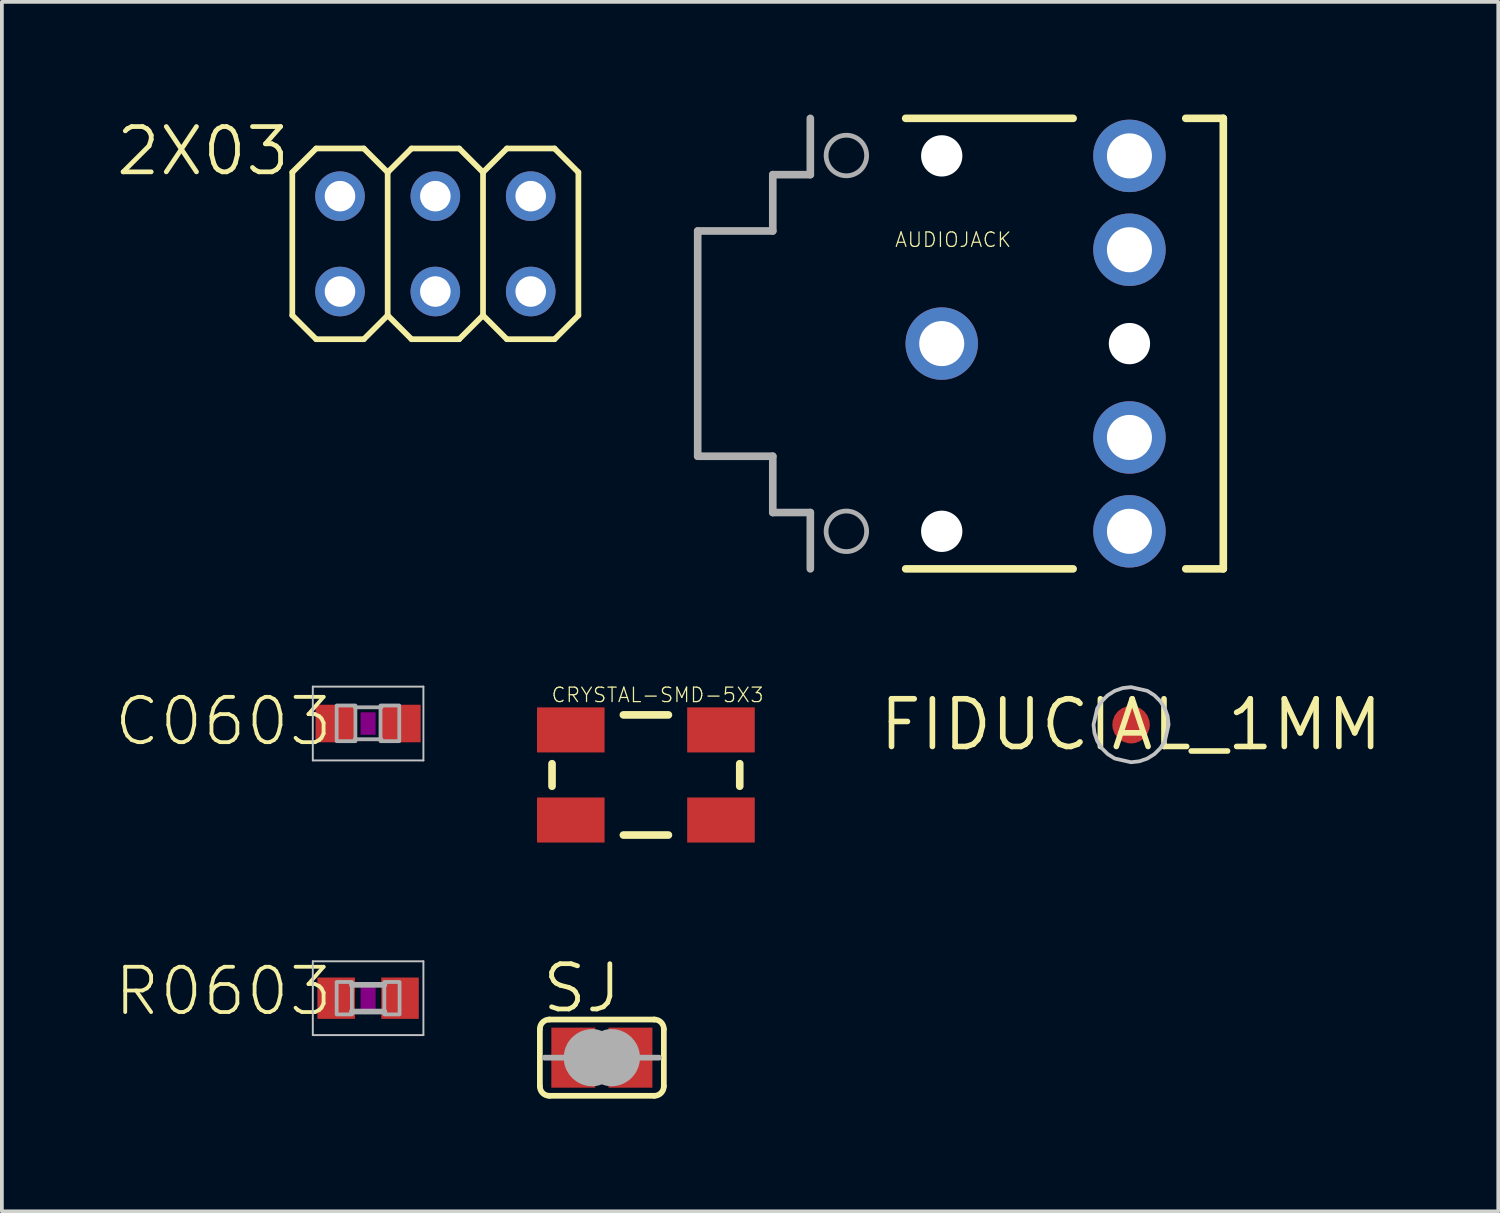
<source format=kicad_pcb>
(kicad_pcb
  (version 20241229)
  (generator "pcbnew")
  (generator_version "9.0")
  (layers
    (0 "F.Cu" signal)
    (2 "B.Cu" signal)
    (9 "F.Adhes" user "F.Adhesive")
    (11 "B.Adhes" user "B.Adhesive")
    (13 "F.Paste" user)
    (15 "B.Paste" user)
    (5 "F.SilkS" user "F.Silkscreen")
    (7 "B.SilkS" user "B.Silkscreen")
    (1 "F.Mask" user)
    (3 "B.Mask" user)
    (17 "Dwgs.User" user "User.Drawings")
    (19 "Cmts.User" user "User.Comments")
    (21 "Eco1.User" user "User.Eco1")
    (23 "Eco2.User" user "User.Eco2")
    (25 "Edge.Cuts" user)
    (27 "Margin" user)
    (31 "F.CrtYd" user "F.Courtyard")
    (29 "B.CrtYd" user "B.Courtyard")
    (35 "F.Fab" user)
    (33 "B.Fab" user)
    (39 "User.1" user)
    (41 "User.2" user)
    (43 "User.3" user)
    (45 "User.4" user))
  (footprint "C0603"
    (layer "F.Cu")
    (at 6.755 16.222)
    (property "Reference" "C0603" (at -0.889 -0.762 0) (layer "F.SilkS") (effects (font (size 1.206 1.206) (thickness 0.102)) (justify right top)))
    (attr through_hole)
    (fp_poly (pts (xy -0.2 0.3) (xy 0.2 0.3) (xy 0.2 -0.3) (xy -0.2 -0.3)) (stroke (width 0) (type solid)) (fill yes) (layer "F.Adhes"))
    (fp_line (start -1.473 -0.983) (end 1.473 -0.983) (stroke (width 0.051) (type solid)) (layer "Dwgs.User"))
    (fp_line (start -1.473 0.983) (end -1.473 -0.983) (stroke (width 0.051) (type solid)) (layer "Dwgs.User"))
    (fp_line (start 1.473 -0.983) (end 1.473 0.983) (stroke (width 0.051) (type solid)) (layer "Dwgs.User"))
    (fp_line (start 1.473 0.983) (end -1.473 0.983) (stroke (width 0.051) (type solid)) (layer "Dwgs.User"))
    (fp_line (start -0.356 -0.432) (end 0.356 -0.432) (stroke (width 0.102) (type solid)) (layer "F.Fab"))
    (fp_line (start -0.356 0.419) (end 0.356 0.419) (stroke (width 0.102) (type solid)) (layer "F.Fab"))
    (fp_poly (pts (xy -0.838 0.47) (xy -0.338 0.47) (xy -0.338 -0.48) (xy -0.838 -0.48)) (stroke (width 0.1) (type solid)) (fill no) (layer "F.Fab"))
    (fp_poly (pts (xy 0.33 0.47) (xy 0.83 0.47) (xy 0.83 -0.48) (xy 0.33 -0.48)) (stroke (width 0.1) (type solid)) (fill no) (layer "F.Fab"))
    (pad "1" smd rect (at -0.85 0) (size 1.1 1) (layers "F.Cu" "F.Mask" "F.Paste"))
    (pad "2" smd rect (at 0.85 0) (size 1.1 1) (layers "F.Cu" "F.Mask" "F.Paste")))
  (footprint "SJ"
    (layer "F.Cu")
    (at 12.981 25.122)
    (property "Reference" "SJ" (at -1.651 -1.143 0) (layer "F.SilkS") (effects (font (size 1.206 1.206) (thickness 0.127)) (justify left bottom)))
    (attr through_hole)
    (fp_poly (pts (xy -0.076 0.914) (xy 0.076 0.914) (xy 0.076 -0.914) (xy -0.076 -0.914)) (stroke (width 0) (type solid)) (fill yes) (layer "F.Mask"))
    (fp_line (start -1.651 0.762) (end -1.651 -0.762) (stroke (width 0.152) (type solid)) (layer "F.SilkS"))
    (fp_line (start -1.397 -1.016) (end 1.397 -1.016) (stroke (width 0.152) (type solid)) (layer "F.SilkS"))
    (fp_line (start 1.397 1.016) (end -1.397 1.016) (stroke (width 0.152) (type solid)) (layer "F.SilkS"))
    (fp_line (start 1.651 0.762) (end 1.651 -0.762) (stroke (width 0.152) (type solid)) (layer "F.SilkS"))
    (fp_arc (start -1.651 -0.762) (mid -1.576605 -0.941605) (end -1.397 -1.016) (stroke (width 0.1524) (type solid)) (layer "F.SilkS"))
    (fp_arc (start -1.397 1.016) (mid -1.576605 0.941605) (end -1.651 0.762) (stroke (width 0.1524) (type solid)) (layer "F.SilkS"))
    (fp_arc (start 1.397 -1.016) (mid 1.576605 -0.941605) (end 1.651 -0.762) (stroke (width 0.1524) (type solid)) (layer "F.SilkS"))
    (fp_arc (start 1.651 0.762) (mid 1.576605 0.941605) (end 1.397 1.016) (stroke (width 0.1524) (type solid)) (layer "F.SilkS"))
    (fp_line (start -1.016 0) (end -1.524 0) (stroke (width 0.152) (type solid)) (layer "F.Fab"))
    (fp_line (start 1.016 0) (end 1.524 0) (stroke (width 0.152) (type solid)) (layer "F.Fab"))
    (fp_arc (start -0.254 0.127) (mid -0.381 0) (end -0.254 -0.127) (stroke (width 1.27) (type solid)) (layer "F.Fab"))
    (fp_arc (start 0.254 -0.127) (mid 0.381 0) (end 0.254 0.127) (stroke (width 1.27) (type solid)) (layer "F.Fab"))
    (pad "1" smd rect (at -0.762 0) (size 1.168 1.6) (layers "F.Cu" "F.Mask" "F.Paste"))
    (pad "2" smd rect (at 0.762 0) (size 1.168 1.6) (layers "F.Cu" "F.Mask" "F.Paste")))
  (footprint "AUDIOJACK"
    (layer "F.Cu")
    (at 22.034 6.102)
    (property "Reference" "AUDIOJACK" (at -1.27 -2.54 0) (layer "F.SilkS") (effects (font (size 0.386 0.386) (thickness 0.033)) (justify left bottom)))
    (attr through_hole)
    (fp_line (start -0.96 -6) (end 3.5 -6) (stroke (width 0.203) (type solid)) (layer "F.SilkS"))
    (fp_line (start -0.96 6) (end 3.5 6) (stroke (width 0.203) (type solid)) (layer "F.SilkS"))
    (fp_line (start 7.5 -6) (end 6.5 -6) (stroke (width 0.203) (type solid)) (layer "F.SilkS"))
    (fp_line (start 7.5 -6) (end 7.5 6) (stroke (width 0.203) (type solid)) (layer "F.SilkS"))
    (fp_line (start 7.5 6) (end 6.5 6) (stroke (width 0.203) (type solid)) (layer "F.SilkS"))
    (fp_line (start -6.5 -3) (end -6.5 3) (stroke (width 0.203) (type solid)) (layer "F.Fab"))
    (fp_line (start -6.5 -3) (end -4.5 -3) (stroke (width 0.203) (type solid)) (layer "F.Fab"))
    (fp_line (start -6.5 3) (end -4.5 3) (stroke (width 0.203) (type solid)) (layer "F.Fab"))
    (fp_line (start -4.5 -4.5) (end -4.5 -3) (stroke (width 0.203) (type solid)) (layer "F.Fab"))
    (fp_line (start -4.5 -4.5) (end -3.5 -4.5) (stroke (width 0.203) (type solid)) (layer "F.Fab"))
    (fp_line (start -4.5 3) (end -4.5 4.5) (stroke (width 0.203) (type solid)) (layer "F.Fab"))
    (fp_line (start -4.5 4.5) (end -3.5 4.5) (stroke (width 0.203) (type solid)) (layer "F.Fab"))
    (fp_line (start -3.5 -6) (end -3.5 -4.5) (stroke (width 0.203) (type solid)) (layer "F.Fab"))
    (fp_line (start -3.5 4.5) (end -3.5 6) (stroke (width 0.203) (type solid)) (layer "F.Fab"))
    (fp_circle (center -2.54 -5.01) (end -2 -5.01) (stroke (width 0.127) (type solid)) (fill no) (layer "F.Fab"))
    (fp_circle (center -2.54 5) (end -2 5) (stroke (width 0.127) (type solid)) (fill no) (layer "F.Fab"))
    (pad "" np_thru_hole circle (at 0 -5) (size 1.1 1.1) (drill 1.1) (layers "*.Cu" "*.Mask"))
    (pad "" np_thru_hole circle (at 0 5) (size 1.1 1.1) (drill 1.1) (layers "*.Cu" "*.Mask"))
    (pad "" np_thru_hole circle (at 5 0) (size 1.1 1.1) (drill 1.1) (layers "*.Cu" "*.Mask"))
    (pad "1" thru_hole circle (at 0 0) (size 1.93 1.93) (drill 1.2) (layers "*.Cu" "*.Mask"))
    (pad "2" thru_hole circle (at 5 -5) (size 1.93 1.93) (drill 1.2) (layers "*.Cu" "*.Mask"))
    (pad "3" thru_hole circle (at 5 5) (size 1.93 1.93) (drill 1.2) (layers "*.Cu" "*.Mask"))
    (pad "4" thru_hole circle (at 5 -2.5) (size 1.93 1.93) (drill 1.2) (layers "*.Cu" "*.Mask"))
    (pad "5" thru_hole circle (at 5 2.5) (size 1.93 1.93) (drill 1.2) (layers "*.Cu" "*.Mask")))
  (footprint "2X03"
    (layer "F.Cu")
    (at 8.546 3.445)
    (property "Reference" "2X03" (at -3.81 -3.175 0) (layer "F.SilkS") (effects (font (size 1.206 1.206) (thickness 0.127)) (justify right top)))
    (attr through_hole)
    (fp_line (start -3.81 -1.905) (end -3.175 -2.54) (stroke (width 0.152) (type solid)) (layer "F.SilkS"))
    (fp_line (start -3.81 1.905) (end -3.81 -1.905) (stroke (width 0.152) (type solid)) (layer "F.SilkS"))
    (fp_line (start -3.81 1.905) (end -3.175 2.54) (stroke (width 0.152) (type solid)) (layer "F.SilkS"))
    (fp_line (start -3.175 -2.54) (end -1.905 -2.54) (stroke (width 0.152) (type solid)) (layer "F.SilkS"))
    (fp_line (start -3.175 2.54) (end -1.905 2.54) (stroke (width 0.152) (type solid)) (layer "F.SilkS"))
    (fp_line (start -1.905 -2.54) (end -1.27 -1.905) (stroke (width 0.152) (type solid)) (layer "F.SilkS"))
    (fp_line (start -1.905 2.54) (end -1.27 1.905) (stroke (width 0.152) (type solid)) (layer "F.SilkS"))
    (fp_line (start -1.27 -1.905) (end -1.27 1.905) (stroke (width 0.152) (type solid)) (layer "F.SilkS"))
    (fp_line (start -1.27 -1.905) (end -0.635 -2.54) (stroke (width 0.152) (type solid)) (layer "F.SilkS"))
    (fp_line (start -1.27 1.905) (end -0.635 2.54) (stroke (width 0.152) (type solid)) (layer "F.SilkS"))
    (fp_line (start -0.635 -2.54) (end 0.635 -2.54) (stroke (width 0.152) (type solid)) (layer "F.SilkS"))
    (fp_line (start -0.635 2.54) (end 0.635 2.54) (stroke (width 0.152) (type solid)) (layer "F.SilkS"))
    (fp_line (start 0.635 -2.54) (end 1.27 -1.905) (stroke (width 0.152) (type solid)) (layer "F.SilkS"))
    (fp_line (start 0.635 2.54) (end 1.27 1.905) (stroke (width 0.152) (type solid)) (layer "F.SilkS"))
    (fp_line (start 1.27 -1.905) (end 1.27 1.905) (stroke (width 0.152) (type solid)) (layer "F.SilkS"))
    (fp_line (start 1.27 -1.905) (end 1.905 -2.54) (stroke (width 0.152) (type solid)) (layer "F.SilkS"))
    (fp_line (start 1.27 1.905) (end 1.905 2.54) (stroke (width 0.152) (type solid)) (layer "F.SilkS"))
    (fp_line (start 1.905 -2.54) (end 3.175 -2.54) (stroke (width 0.152) (type solid)) (layer "F.SilkS"))
    (fp_line (start 1.905 2.54) (end 3.175 2.54) (stroke (width 0.152) (type solid)) (layer "F.SilkS"))
    (fp_line (start 3.175 -2.54) (end 3.81 -1.905) (stroke (width 0.152) (type solid)) (layer "F.SilkS"))
    (fp_line (start 3.175 2.54) (end 3.81 1.905) (stroke (width 0.152) (type solid)) (layer "F.SilkS"))
    (fp_line (start 3.81 -1.905) (end 3.81 1.905) (stroke (width 0.152) (type solid)) (layer "F.SilkS"))
    (fp_poly (pts (xy -2.794 -1.016) (xy -2.286 -1.016) (xy -2.286 -1.524) (xy -2.794 -1.524)) (stroke (width 0.1) (type solid)) (fill no) (layer "F.Fab"))
    (fp_poly (pts (xy -2.794 1.524) (xy -2.286 1.524) (xy -2.286 1.016) (xy -2.794 1.016)) (stroke (width 0.1) (type solid)) (fill no) (layer "F.Fab"))
    (fp_poly (pts (xy -0.254 -1.016) (xy 0.254 -1.016) (xy 0.254 -1.524) (xy -0.254 -1.524)) (stroke (width 0.1) (type solid)) (fill no) (layer "F.Fab"))
    (fp_poly (pts (xy -0.254 1.524) (xy 0.254 1.524) (xy 0.254 1.016) (xy -0.254 1.016)) (stroke (width 0.1) (type solid)) (fill no) (layer "F.Fab"))
    (fp_poly (pts (xy 2.286 -1.016) (xy 2.794 -1.016) (xy 2.794 -1.524) (xy 2.286 -1.524)) (stroke (width 0.1) (type solid)) (fill no) (layer "F.Fab"))
    (fp_poly (pts (xy 2.286 1.524) (xy 2.794 1.524) (xy 2.794 1.016) (xy 2.286 1.016)) (stroke (width 0.1) (type solid)) (fill no) (layer "F.Fab"))
    (pad "1" thru_hole circle (at -2.54 1.27) (size 1.321 1.321) (drill 0.813) (layers "*.Cu" "*.Mask"))
    (pad "2" thru_hole circle (at -2.54 -1.27) (size 1.321 1.321) (drill 0.813) (layers "*.Cu" "*.Mask"))
    (pad "3" thru_hole circle (at 0 1.27) (size 1.321 1.321) (drill 0.813) (layers "*.Cu" "*.Mask"))
    (pad "4" thru_hole circle (at 0 -1.27) (size 1.321 1.321) (drill 0.813) (layers "*.Cu" "*.Mask"))
    (pad "5" thru_hole circle (at 2.54 1.27) (size 1.321 1.321) (drill 0.813) (layers "*.Cu" "*.Mask"))
    (pad "6" thru_hole circle (at 2.54 -1.27) (size 1.321 1.321) (drill 0.813) (layers "*.Cu" "*.Mask")))
  (footprint "FIDUCIAL_1MM"
    (layer "F.Cu")
    (at 27.077 16.253)
    (property "Reference" "FIDUCIAL_1MM" (at 0 0 0) (layer "F.SilkS") (effects (font (size 1.27 1.27) (thickness 0.15))))
    (attr through_hole)
    (fp_poly (pts (xy -1 0) (xy -0.975 0.223) (xy -0.901 0.434) (xy -0.782 0.623) (xy -0.623 0.782) (xy -0.434 0.901) (xy 0 1) (xy 0.223 0.975) (xy 0.434 0.901) (xy 0.623 0.782) (xy 0.782 0.623) (xy 0.901 0.434) (xy 1 0) (xy 0.975 -0.223) (xy 0.901 -0.434) (xy 0.782 -0.623) (xy 0.623 -0.782) (xy 0.434 -0.901) (xy 0 -1) (xy -0.223 -0.975) (xy -0.434 -0.901) (xy -0.623 -0.782) (xy -0.782 -0.623) (xy -0.901 -0.434)) (stroke (width 0) (type solid)) (fill yes) (layer "F.Mask"))
    (fp_poly (pts (xy -1 0) (xy -0.975 0.223) (xy -0.901 0.434) (xy -0.782 0.623) (xy -0.623 0.782) (xy -0.434 0.901) (xy 0 1) (xy 0.223 0.975) (xy 0.434 0.901) (xy 0.623 0.782) (xy 0.782 0.623) (xy 0.901 0.434) (xy 1 0) (xy 0.975 -0.223) (xy 0.901 -0.434) (xy 0.782 -0.623) (xy 0.623 -0.782) (xy 0.434 -0.901) (xy 0 -1) (xy -0.223 -0.975) (xy -0.434 -0.901) (xy -0.623 -0.782) (xy -0.782 -0.623) (xy -0.901 -0.434)) (stroke (width 0.1) (type solid)) (fill no) (layer "Dwgs.User"))
    (pad "1" smd roundrect (at 0 0) (size 1 1) (layers "F.Cu" "F.Mask") (roundrect_rratio 0.5)))
  (footprint "R0603"
    (layer "F.Cu")
    (at 6.755 23.538)
    (property "Reference" "R0603" (at -0.889 -0.889 0) (layer "F.SilkS") (effects (font (size 1.206 1.206) (thickness 0.102)) (justify right top)))
    (attr through_hole)
    (fp_poly (pts (xy -0.2 0.4) (xy 0.2 0.4) (xy 0.2 -0.4) (xy -0.2 -0.4)) (stroke (width 0) (type solid)) (fill yes) (layer "F.Adhes"))
    (fp_line (start -1.473 -0.983) (end 1.473 -0.983) (stroke (width 0.051) (type solid)) (layer "Dwgs.User"))
    (fp_line (start -1.473 0.983) (end -1.473 -0.983) (stroke (width 0.051) (type solid)) (layer "Dwgs.User"))
    (fp_line (start 1.473 -0.983) (end 1.473 0.983) (stroke (width 0.051) (type solid)) (layer "Dwgs.User"))
    (fp_line (start 1.473 0.983) (end -1.473 0.983) (stroke (width 0.051) (type solid)) (layer "Dwgs.User"))
    (fp_line (start -0.432 0.356) (end 0.432 0.356) (stroke (width 0.152) (type solid)) (layer "F.Fab"))
    (fp_line (start 0.432 -0.356) (end -0.432 -0.356) (stroke (width 0.152) (type solid)) (layer "F.Fab"))
    (fp_poly (pts (xy -0.838 0.432) (xy -0.432 0.432) (xy -0.432 -0.432) (xy -0.838 -0.432)) (stroke (width 0.1) (type solid)) (fill no) (layer "F.Fab"))
    (fp_poly (pts (xy 0.432 0.432) (xy 0.838 0.432) (xy 0.838 -0.432) (xy 0.432 -0.432)) (stroke (width 0.1) (type solid)) (fill no) (layer "F.Fab"))
    (pad "1" smd rect (at -0.85 0) (size 1 1.1) (layers "F.Cu" "F.Mask" "F.Paste"))
    (pad "2" smd rect (at 0.85 0) (size 1 1.1) (layers "F.Cu" "F.Mask" "F.Paste")))
  (footprint "CRYSTAL-SMD-5X3"
    (layer "F.Cu")
    (at 14.154 17.592)
    (property "Reference" "CRYSTAL-SMD-5X3" (at -2.54 -1.905 0) (layer "F.SilkS") (effects (font (size 0.386 0.386) (thickness 0.033)) (justify left bottom)))
    (attr through_hole)
    (fp_line (start -2.5 -0.3) (end -2.5 0.3) (stroke (width 0.203) (type solid)) (layer "F.SilkS"))
    (fp_line (start -0.6 -1.6) (end 0.6 -1.6) (stroke (width 0.203) (type solid)) (layer "F.SilkS"))
    (fp_line (start 0.6 1.6) (end -0.6 1.6) (stroke (width 0.203) (type solid)) (layer "F.SilkS"))
    (fp_line (start 2.5 -0.3) (end 2.5 0.3) (stroke (width 0.203) (type solid)) (layer "F.SilkS"))
    (pad "1" smd rect (at -2 1.2) (size 1.8 1.2) (layers "F.Cu" "F.Mask" "F.Paste"))
    (pad "2" smd rect (at 2 1.2) (size 1.8 1.2) (layers "F.Cu" "F.Mask" "F.Paste"))
    (pad "3" smd rect (at 2 -1.2) (size 1.8 1.2) (layers "F.Cu" "F.Mask" "F.Paste"))
    (pad "4" smd rect (at -2 -1.2) (size 1.8 1.2) (layers "F.Cu" "F.Mask" "F.Paste")))
  (gr_rect
    (start -3 -3)
    (end 36.858 29.215)
    (stroke (width 0.1) (type default))
    (fill no)
    (layer "Edge.Cuts")))
</source>
